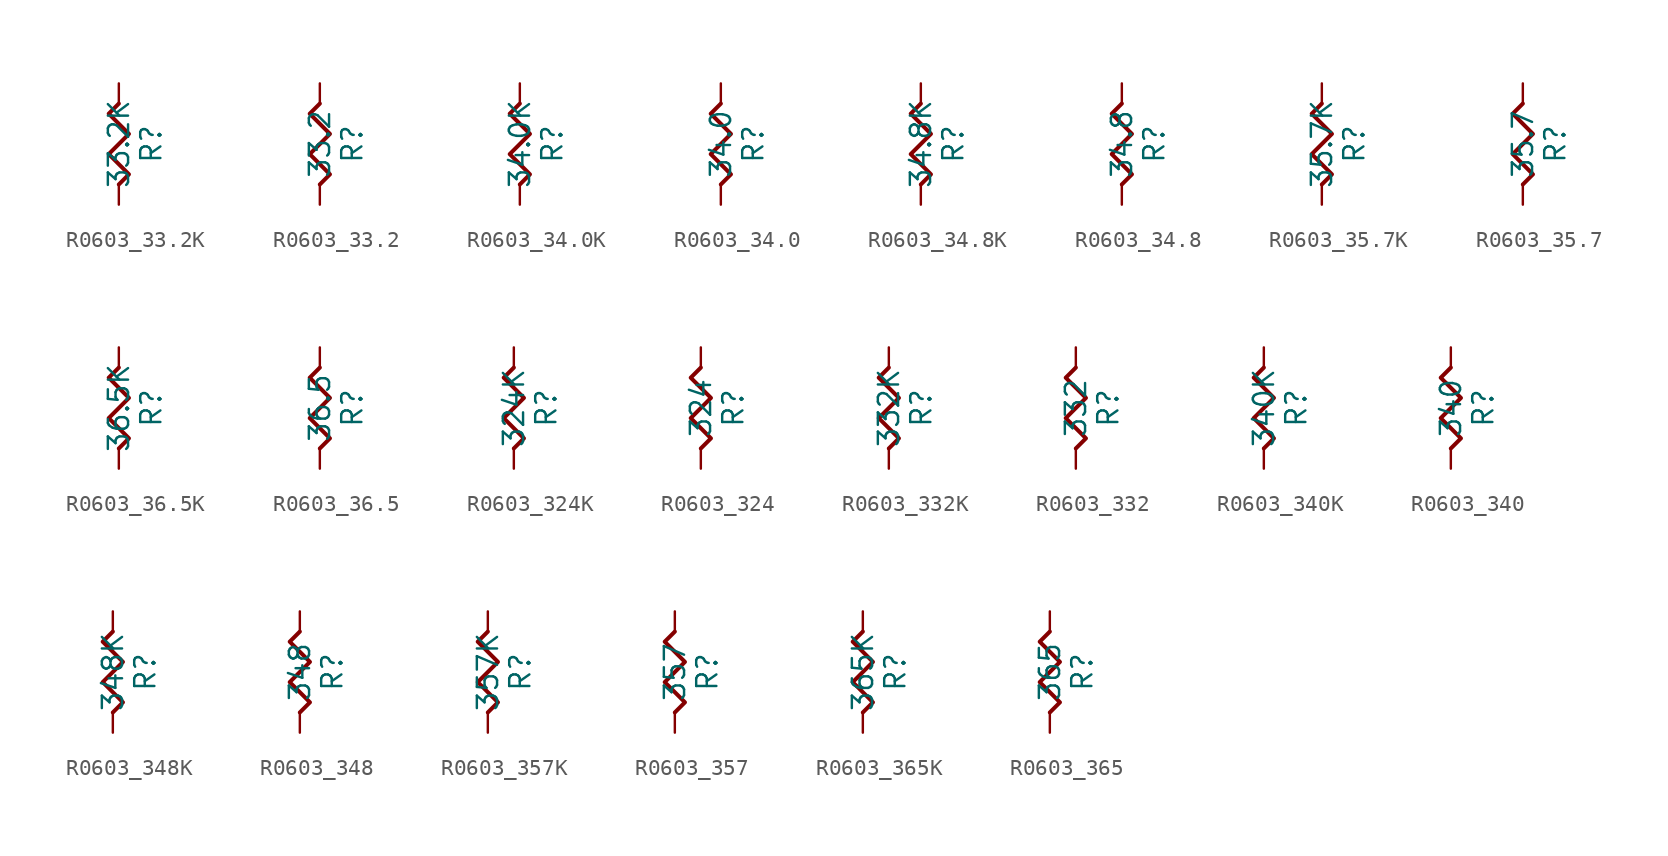
<source format=kicad_sym>
(kicad_symbol_lib
  (version 20211014)
  (generator atlantix-eda)
  (symbol "R0603_33.2K"
    (pin_numbers hide)
    (pin_names
      (offset 0))
    (property "Reference" "R"
      (at 2.032 0 90)
      (effects (font (size 1.27 1.27))))
    (property "Value" "33.2K"
      (at 0 0 90)
      (effects (font (size 1.27 1.27))))
    (symbol "R0603_33.2K_0_1"
      (polyline (pts (xy 0 -2.54) (xy 0.635 -1.905) (xy -0.635 -0.635) (xy 0.635 0.635) (xy -0.635 1.905) (xy 0 2.54)) (stroke (width 0.254) (type default) (color 0 0 0 0)) (fill (type none))))
    (symbol "R0603_33.2K_1_1"
      (pin passive line (at 0 3.81 270) (length 1.27) (name "~" (effects (font (size 1.27 1.27)))) (number "1" (effects (font (size 1.27 1.27)))))
      (pin passive line (at 0 -3.81 90) (length 1.27) (name "~" (effects (font (size 1.27 1.27)))) (number "2" (effects (font (size 1.27 1.27)))))))
  (symbol "R0603_33.2"
    (pin_numbers hide)
    (pin_names
      (offset 0))
    (property "Reference" "R"
      (at 2.032 0 90)
      (effects (font (size 1.27 1.27))))
    (property "Value" "33.2"
      (at 0 0 90)
      (effects (font (size 1.27 1.27))))
    (symbol "R0603_33.2_0_1"
      (polyline (pts (xy 0 -2.54) (xy 0.635 -1.905) (xy -0.635 -0.635) (xy 0.635 0.635) (xy -0.635 1.905) (xy 0 2.54)) (stroke (width 0.254) (type default) (color 0 0 0 0)) (fill (type none))))
    (symbol "R0603_33.2_1_1"
      (pin passive line (at 0 3.81 270) (length 1.27) (name "~" (effects (font (size 1.27 1.27)))) (number "1" (effects (font (size 1.27 1.27)))))
      (pin passive line (at 0 -3.81 90) (length 1.27) (name "~" (effects (font (size 1.27 1.27)))) (number "2" (effects (font (size 1.27 1.27)))))))
  (symbol "R0603_34.0K"
    (pin_numbers hide)
    (pin_names
      (offset 0))
    (property "Reference" "R"
      (at 2.032 0 90)
      (effects (font (size 1.27 1.27))))
    (property "Value" "34.0K"
      (at 0 0 90)
      (effects (font (size 1.27 1.27))))
    (symbol "R0603_34.0K_0_1"
      (polyline (pts (xy 0 -2.54) (xy 0.635 -1.905) (xy -0.635 -0.635) (xy 0.635 0.635) (xy -0.635 1.905) (xy 0 2.54)) (stroke (width 0.254) (type default) (color 0 0 0 0)) (fill (type none))))
    (symbol "R0603_34.0K_1_1"
      (pin passive line (at 0 3.81 270) (length 1.27) (name "~" (effects (font (size 1.27 1.27)))) (number "1" (effects (font (size 1.27 1.27)))))
      (pin passive line (at 0 -3.81 90) (length 1.27) (name "~" (effects (font (size 1.27 1.27)))) (number "2" (effects (font (size 1.27 1.27)))))))
  (symbol "R0603_34.0"
    (pin_numbers hide)
    (pin_names
      (offset 0))
    (property "Reference" "R"
      (at 2.032 0 90)
      (effects (font (size 1.27 1.27))))
    (property "Value" "34.0"
      (at 0 0 90)
      (effects (font (size 1.27 1.27))))
    (symbol "R0603_34.0_0_1"
      (polyline (pts (xy 0 -2.54) (xy 0.635 -1.905) (xy -0.635 -0.635) (xy 0.635 0.635) (xy -0.635 1.905) (xy 0 2.54)) (stroke (width 0.254) (type default) (color 0 0 0 0)) (fill (type none))))
    (symbol "R0603_34.0_1_1"
      (pin passive line (at 0 3.81 270) (length 1.27) (name "~" (effects (font (size 1.27 1.27)))) (number "1" (effects (font (size 1.27 1.27)))))
      (pin passive line (at 0 -3.81 90) (length 1.27) (name "~" (effects (font (size 1.27 1.27)))) (number "2" (effects (font (size 1.27 1.27)))))))
  (symbol "R0603_34.8K"
    (pin_numbers hide)
    (pin_names
      (offset 0))
    (property "Reference" "R"
      (at 2.032 0 90)
      (effects (font (size 1.27 1.27))))
    (property "Value" "34.8K"
      (at 0 0 90)
      (effects (font (size 1.27 1.27))))
    (symbol "R0603_34.8K_0_1"
      (polyline (pts (xy 0 -2.54) (xy 0.635 -1.905) (xy -0.635 -0.635) (xy 0.635 0.635) (xy -0.635 1.905) (xy 0 2.54)) (stroke (width 0.254) (type default) (color 0 0 0 0)) (fill (type none))))
    (symbol "R0603_34.8K_1_1"
      (pin passive line (at 0 3.81 270) (length 1.27) (name "~" (effects (font (size 1.27 1.27)))) (number "1" (effects (font (size 1.27 1.27)))))
      (pin passive line (at 0 -3.81 90) (length 1.27) (name "~" (effects (font (size 1.27 1.27)))) (number "2" (effects (font (size 1.27 1.27)))))))
  (symbol "R0603_34.8"
    (pin_numbers hide)
    (pin_names
      (offset 0))
    (property "Reference" "R"
      (at 2.032 0 90)
      (effects (font (size 1.27 1.27))))
    (property "Value" "34.8"
      (at 0 0 90)
      (effects (font (size 1.27 1.27))))
    (symbol "R0603_34.8_0_1"
      (polyline (pts (xy 0 -2.54) (xy 0.635 -1.905) (xy -0.635 -0.635) (xy 0.635 0.635) (xy -0.635 1.905) (xy 0 2.54)) (stroke (width 0.254) (type default) (color 0 0 0 0)) (fill (type none))))
    (symbol "R0603_34.8_1_1"
      (pin passive line (at 0 3.81 270) (length 1.27) (name "~" (effects (font (size 1.27 1.27)))) (number "1" (effects (font (size 1.27 1.27)))))
      (pin passive line (at 0 -3.81 90) (length 1.27) (name "~" (effects (font (size 1.27 1.27)))) (number "2" (effects (font (size 1.27 1.27)))))))
  (symbol "R0603_35.7K"
    (pin_numbers hide)
    (pin_names
      (offset 0))
    (property "Reference" "R"
      (at 2.032 0 90)
      (effects (font (size 1.27 1.27))))
    (property "Value" "35.7K"
      (at 0 0 90)
      (effects (font (size 1.27 1.27))))
    (symbol "R0603_35.7K_0_1"
      (polyline (pts (xy 0 -2.54) (xy 0.635 -1.905) (xy -0.635 -0.635) (xy 0.635 0.635) (xy -0.635 1.905) (xy 0 2.54)) (stroke (width 0.254) (type default) (color 0 0 0 0)) (fill (type none))))
    (symbol "R0603_35.7K_1_1"
      (pin passive line (at 0 3.81 270) (length 1.27) (name "~" (effects (font (size 1.27 1.27)))) (number "1" (effects (font (size 1.27 1.27)))))
      (pin passive line (at 0 -3.81 90) (length 1.27) (name "~" (effects (font (size 1.27 1.27)))) (number "2" (effects (font (size 1.27 1.27)))))))
  (symbol "R0603_35.7"
    (pin_numbers hide)
    (pin_names
      (offset 0))
    (property "Reference" "R"
      (at 2.032 0 90)
      (effects (font (size 1.27 1.27))))
    (property "Value" "35.7"
      (at 0 0 90)
      (effects (font (size 1.27 1.27))))
    (symbol "R0603_35.7_0_1"
      (polyline (pts (xy 0 -2.54) (xy 0.635 -1.905) (xy -0.635 -0.635) (xy 0.635 0.635) (xy -0.635 1.905) (xy 0 2.54)) (stroke (width 0.254) (type default) (color 0 0 0 0)) (fill (type none))))
    (symbol "R0603_35.7_1_1"
      (pin passive line (at 0 3.81 270) (length 1.27) (name "~" (effects (font (size 1.27 1.27)))) (number "1" (effects (font (size 1.27 1.27)))))
      (pin passive line (at 0 -3.81 90) (length 1.27) (name "~" (effects (font (size 1.27 1.27)))) (number "2" (effects (font (size 1.27 1.27)))))))
  (symbol "R0603_36.5K"
    (pin_numbers hide)
    (pin_names
      (offset 0))
    (property "Reference" "R"
      (at 2.032 0 90)
      (effects (font (size 1.27 1.27))))
    (property "Value" "36.5K"
      (at 0 0 90)
      (effects (font (size 1.27 1.27))))
    (symbol "R0603_36.5K_0_1"
      (polyline (pts (xy 0 -2.54) (xy 0.635 -1.905) (xy -0.635 -0.635) (xy 0.635 0.635) (xy -0.635 1.905) (xy 0 2.54)) (stroke (width 0.254) (type default) (color 0 0 0 0)) (fill (type none))))
    (symbol "R0603_36.5K_1_1"
      (pin passive line (at 0 3.81 270) (length 1.27) (name "~" (effects (font (size 1.27 1.27)))) (number "1" (effects (font (size 1.27 1.27)))))
      (pin passive line (at 0 -3.81 90) (length 1.27) (name "~" (effects (font (size 1.27 1.27)))) (number "2" (effects (font (size 1.27 1.27)))))))
  (symbol "R0603_36.5"
    (pin_numbers hide)
    (pin_names
      (offset 0))
    (property "Reference" "R"
      (at 2.032 0 90)
      (effects (font (size 1.27 1.27))))
    (property "Value" "36.5"
      (at 0 0 90)
      (effects (font (size 1.27 1.27))))
    (symbol "R0603_36.5_0_1"
      (polyline (pts (xy 0 -2.54) (xy 0.635 -1.905) (xy -0.635 -0.635) (xy 0.635 0.635) (xy -0.635 1.905) (xy 0 2.54)) (stroke (width 0.254) (type default) (color 0 0 0 0)) (fill (type none))))
    (symbol "R0603_36.5_1_1"
      (pin passive line (at 0 3.81 270) (length 1.27) (name "~" (effects (font (size 1.27 1.27)))) (number "1" (effects (font (size 1.27 1.27)))))
      (pin passive line (at 0 -3.81 90) (length 1.27) (name "~" (effects (font (size 1.27 1.27)))) (number "2" (effects (font (size 1.27 1.27)))))))
  (symbol "R0603_324K"
    (pin_numbers hide)
    (pin_names
      (offset 0))
    (property "Reference" "R"
      (at 2.032 0 90)
      (effects (font (size 1.27 1.27))))
    (property "Value" "324K"
      (at 0 0 90)
      (effects (font (size 1.27 1.27))))
    (symbol "R0603_324K_0_1"
      (polyline (pts (xy 0 -2.54) (xy 0.635 -1.905) (xy -0.635 -0.635) (xy 0.635 0.635) (xy -0.635 1.905) (xy 0 2.54)) (stroke (width 0.254) (type default) (color 0 0 0 0)) (fill (type none))))
    (symbol "R0603_324K_1_1"
      (pin passive line (at 0 3.81 270) (length 1.27) (name "~" (effects (font (size 1.27 1.27)))) (number "1" (effects (font (size 1.27 1.27)))))
      (pin passive line (at 0 -3.81 90) (length 1.27) (name "~" (effects (font (size 1.27 1.27)))) (number "2" (effects (font (size 1.27 1.27)))))))
  (symbol "R0603_324"
    (pin_numbers hide)
    (pin_names
      (offset 0))
    (property "Reference" "R"
      (at 2.032 0 90)
      (effects (font (size 1.27 1.27))))
    (property "Value" "324"
      (at 0 0 90)
      (effects (font (size 1.27 1.27))))
    (symbol "R0603_324_0_1"
      (polyline (pts (xy 0 -2.54) (xy 0.635 -1.905) (xy -0.635 -0.635) (xy 0.635 0.635) (xy -0.635 1.905) (xy 0 2.54)) (stroke (width 0.254) (type default) (color 0 0 0 0)) (fill (type none))))
    (symbol "R0603_324_1_1"
      (pin passive line (at 0 3.81 270) (length 1.27) (name "~" (effects (font (size 1.27 1.27)))) (number "1" (effects (font (size 1.27 1.27)))))
      (pin passive line (at 0 -3.81 90) (length 1.27) (name "~" (effects (font (size 1.27 1.27)))) (number "2" (effects (font (size 1.27 1.27)))))))
  (symbol "R0603_332K"
    (pin_numbers hide)
    (pin_names
      (offset 0))
    (property "Reference" "R"
      (at 2.032 0 90)
      (effects (font (size 1.27 1.27))))
    (property "Value" "332K"
      (at 0 0 90)
      (effects (font (size 1.27 1.27))))
    (symbol "R0603_332K_0_1"
      (polyline (pts (xy 0 -2.54) (xy 0.635 -1.905) (xy -0.635 -0.635) (xy 0.635 0.635) (xy -0.635 1.905) (xy 0 2.54)) (stroke (width 0.254) (type default) (color 0 0 0 0)) (fill (type none))))
    (symbol "R0603_332K_1_1"
      (pin passive line (at 0 3.81 270) (length 1.27) (name "~" (effects (font (size 1.27 1.27)))) (number "1" (effects (font (size 1.27 1.27)))))
      (pin passive line (at 0 -3.81 90) (length 1.27) (name "~" (effects (font (size 1.27 1.27)))) (number "2" (effects (font (size 1.27 1.27)))))))
  (symbol "R0603_332"
    (pin_numbers hide)
    (pin_names
      (offset 0))
    (property "Reference" "R"
      (at 2.032 0 90)
      (effects (font (size 1.27 1.27))))
    (property "Value" "332"
      (at 0 0 90)
      (effects (font (size 1.27 1.27))))
    (symbol "R0603_332_0_1"
      (polyline (pts (xy 0 -2.54) (xy 0.635 -1.905) (xy -0.635 -0.635) (xy 0.635 0.635) (xy -0.635 1.905) (xy 0 2.54)) (stroke (width 0.254) (type default) (color 0 0 0 0)) (fill (type none))))
    (symbol "R0603_332_1_1"
      (pin passive line (at 0 3.81 270) (length 1.27) (name "~" (effects (font (size 1.27 1.27)))) (number "1" (effects (font (size 1.27 1.27)))))
      (pin passive line (at 0 -3.81 90) (length 1.27) (name "~" (effects (font (size 1.27 1.27)))) (number "2" (effects (font (size 1.27 1.27)))))))
  (symbol "R0603_340K"
    (pin_numbers hide)
    (pin_names
      (offset 0))
    (property "Reference" "R"
      (at 2.032 0 90)
      (effects (font (size 1.27 1.27))))
    (property "Value" "340K"
      (at 0 0 90)
      (effects (font (size 1.27 1.27))))
    (symbol "R0603_340K_0_1"
      (polyline (pts (xy 0 -2.54) (xy 0.635 -1.905) (xy -0.635 -0.635) (xy 0.635 0.635) (xy -0.635 1.905) (xy 0 2.54)) (stroke (width 0.254) (type default) (color 0 0 0 0)) (fill (type none))))
    (symbol "R0603_340K_1_1"
      (pin passive line (at 0 3.81 270) (length 1.27) (name "~" (effects (font (size 1.27 1.27)))) (number "1" (effects (font (size 1.27 1.27)))))
      (pin passive line (at 0 -3.81 90) (length 1.27) (name "~" (effects (font (size 1.27 1.27)))) (number "2" (effects (font (size 1.27 1.27)))))))
  (symbol "R0603_340"
    (pin_numbers hide)
    (pin_names
      (offset 0))
    (property "Reference" "R"
      (at 2.032 0 90)
      (effects (font (size 1.27 1.27))))
    (property "Value" "340"
      (at 0 0 90)
      (effects (font (size 1.27 1.27))))
    (symbol "R0603_340_0_1"
      (polyline (pts (xy 0 -2.54) (xy 0.635 -1.905) (xy -0.635 -0.635) (xy 0.635 0.635) (xy -0.635 1.905) (xy 0 2.54)) (stroke (width 0.254) (type default) (color 0 0 0 0)) (fill (type none))))
    (symbol "R0603_340_1_1"
      (pin passive line (at 0 3.81 270) (length 1.27) (name "~" (effects (font (size 1.27 1.27)))) (number "1" (effects (font (size 1.27 1.27)))))
      (pin passive line (at 0 -3.81 90) (length 1.27) (name "~" (effects (font (size 1.27 1.27)))) (number "2" (effects (font (size 1.27 1.27)))))))
  (symbol "R0603_348K"
    (pin_numbers hide)
    (pin_names
      (offset 0))
    (property "Reference" "R"
      (at 2.032 0 90)
      (effects (font (size 1.27 1.27))))
    (property "Value" "348K"
      (at 0 0 90)
      (effects (font (size 1.27 1.27))))
    (symbol "R0603_348K_0_1"
      (polyline (pts (xy 0 -2.54) (xy 0.635 -1.905) (xy -0.635 -0.635) (xy 0.635 0.635) (xy -0.635 1.905) (xy 0 2.54)) (stroke (width 0.254) (type default) (color 0 0 0 0)) (fill (type none))))
    (symbol "R0603_348K_1_1"
      (pin passive line (at 0 3.81 270) (length 1.27) (name "~" (effects (font (size 1.27 1.27)))) (number "1" (effects (font (size 1.27 1.27)))))
      (pin passive line (at 0 -3.81 90) (length 1.27) (name "~" (effects (font (size 1.27 1.27)))) (number "2" (effects (font (size 1.27 1.27)))))))
  (symbol "R0603_348"
    (pin_numbers hide)
    (pin_names
      (offset 0))
    (property "Reference" "R"
      (at 2.032 0 90)
      (effects (font (size 1.27 1.27))))
    (property "Value" "348"
      (at 0 0 90)
      (effects (font (size 1.27 1.27))))
    (symbol "R0603_348_0_1"
      (polyline (pts (xy 0 -2.54) (xy 0.635 -1.905) (xy -0.635 -0.635) (xy 0.635 0.635) (xy -0.635 1.905) (xy 0 2.54)) (stroke (width 0.254) (type default) (color 0 0 0 0)) (fill (type none))))
    (symbol "R0603_348_1_1"
      (pin passive line (at 0 3.81 270) (length 1.27) (name "~" (effects (font (size 1.27 1.27)))) (number "1" (effects (font (size 1.27 1.27)))))
      (pin passive line (at 0 -3.81 90) (length 1.27) (name "~" (effects (font (size 1.27 1.27)))) (number "2" (effects (font (size 1.27 1.27)))))))
  (symbol "R0603_357K"
    (pin_numbers hide)
    (pin_names
      (offset 0))
    (property "Reference" "R"
      (at 2.032 0 90)
      (effects (font (size 1.27 1.27))))
    (property "Value" "357K"
      (at 0 0 90)
      (effects (font (size 1.27 1.27))))
    (symbol "R0603_357K_0_1"
      (polyline (pts (xy 0 -2.54) (xy 0.635 -1.905) (xy -0.635 -0.635) (xy 0.635 0.635) (xy -0.635 1.905) (xy 0 2.54)) (stroke (width 0.254) (type default) (color 0 0 0 0)) (fill (type none))))
    (symbol "R0603_357K_1_1"
      (pin passive line (at 0 3.81 270) (length 1.27) (name "~" (effects (font (size 1.27 1.27)))) (number "1" (effects (font (size 1.27 1.27)))))
      (pin passive line (at 0 -3.81 90) (length 1.27) (name "~" (effects (font (size 1.27 1.27)))) (number "2" (effects (font (size 1.27 1.27)))))))
  (symbol "R0603_357"
    (pin_numbers hide)
    (pin_names
      (offset 0))
    (property "Reference" "R"
      (at 2.032 0 90)
      (effects (font (size 1.27 1.27))))
    (property "Value" "357"
      (at 0 0 90)
      (effects (font (size 1.27 1.27))))
    (symbol "R0603_357_0_1"
      (polyline (pts (xy 0 -2.54) (xy 0.635 -1.905) (xy -0.635 -0.635) (xy 0.635 0.635) (xy -0.635 1.905) (xy 0 2.54)) (stroke (width 0.254) (type default) (color 0 0 0 0)) (fill (type none))))
    (symbol "R0603_357_1_1"
      (pin passive line (at 0 3.81 270) (length 1.27) (name "~" (effects (font (size 1.27 1.27)))) (number "1" (effects (font (size 1.27 1.27)))))
      (pin passive line (at 0 -3.81 90) (length 1.27) (name "~" (effects (font (size 1.27 1.27)))) (number "2" (effects (font (size 1.27 1.27)))))))
  (symbol "R0603_365K"
    (pin_numbers hide)
    (pin_names
      (offset 0))
    (property "Reference" "R"
      (at 2.032 0 90)
      (effects (font (size 1.27 1.27))))
    (property "Value" "365K"
      (at 0 0 90)
      (effects (font (size 1.27 1.27))))
    (symbol "R0603_365K_0_1"
      (polyline (pts (xy 0 -2.54) (xy 0.635 -1.905) (xy -0.635 -0.635) (xy 0.635 0.635) (xy -0.635 1.905) (xy 0 2.54)) (stroke (width 0.254) (type default) (color 0 0 0 0)) (fill (type none))))
    (symbol "R0603_365K_1_1"
      (pin passive line (at 0 3.81 270) (length 1.27) (name "~" (effects (font (size 1.27 1.27)))) (number "1" (effects (font (size 1.27 1.27)))))
      (pin passive line (at 0 -3.81 90) (length 1.27) (name "~" (effects (font (size 1.27 1.27)))) (number "2" (effects (font (size 1.27 1.27)))))))
  (symbol "R0603_365"
    (pin_numbers hide)
    (pin_names
      (offset 0))
    (property "Reference" "R"
      (at 2.032 0 90)
      (effects (font (size 1.27 1.27))))
    (property "Value" "365"
      (at 0 0 90)
      (effects (font (size 1.27 1.27))))
    (symbol "R0603_365_0_1"
      (polyline (pts (xy 0 -2.54) (xy 0.635 -1.905) (xy -0.635 -0.635) (xy 0.635 0.635) (xy -0.635 1.905) (xy 0 2.54)) (stroke (width 0.254) (type default) (color 0 0 0 0)) (fill (type none))))
    (symbol "R0603_365_1_1"
      (pin passive line (at 0 3.81 270) (length 1.27) (name "~" (effects (font (size 1.27 1.27)))) (number "1" (effects (font (size 1.27 1.27)))))
      (pin passive line (at 0 -3.81 90) (length 1.27) (name "~" (effects (font (size 1.27 1.27)))) (number "2" (effects (font (size 1.27 1.27))))))))
</source>
